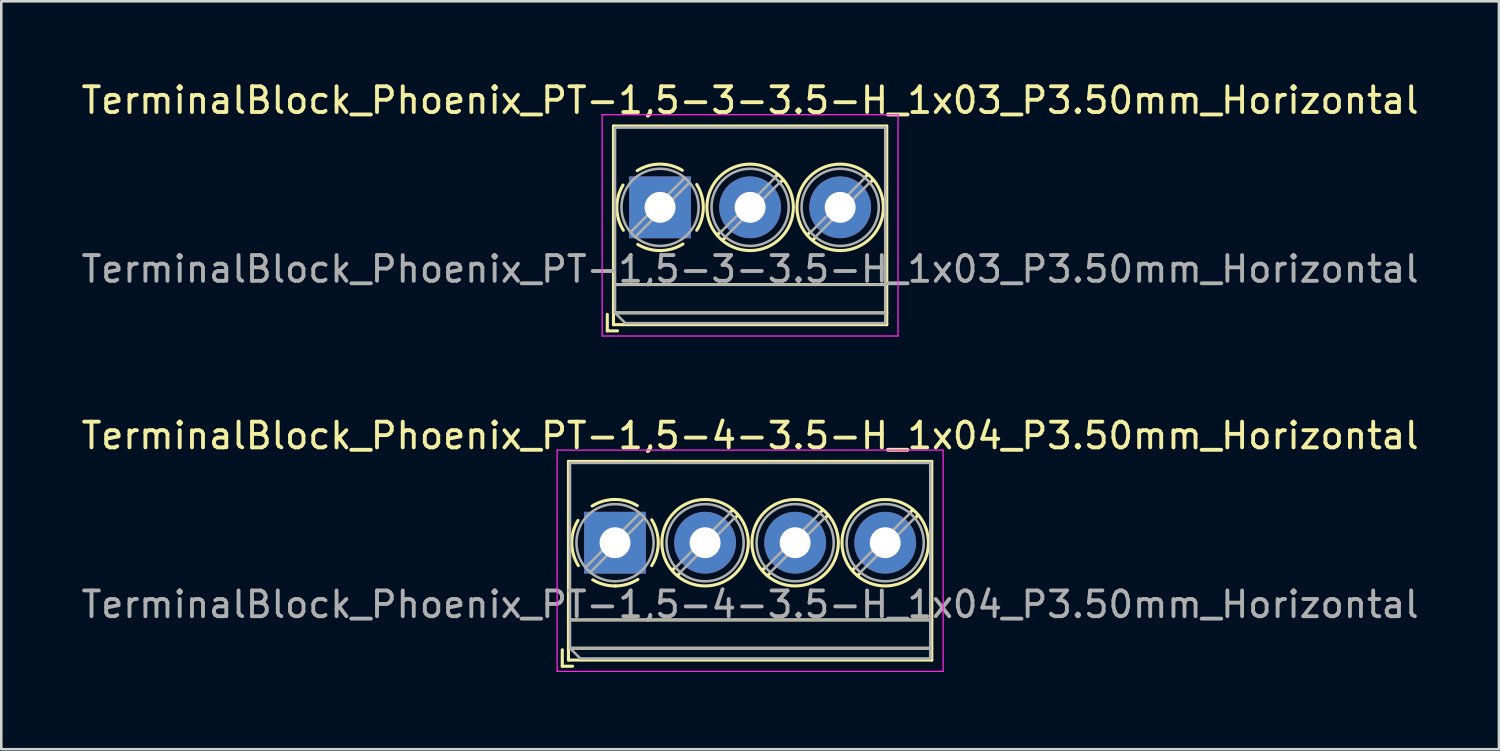
<source format=kicad_pcb>
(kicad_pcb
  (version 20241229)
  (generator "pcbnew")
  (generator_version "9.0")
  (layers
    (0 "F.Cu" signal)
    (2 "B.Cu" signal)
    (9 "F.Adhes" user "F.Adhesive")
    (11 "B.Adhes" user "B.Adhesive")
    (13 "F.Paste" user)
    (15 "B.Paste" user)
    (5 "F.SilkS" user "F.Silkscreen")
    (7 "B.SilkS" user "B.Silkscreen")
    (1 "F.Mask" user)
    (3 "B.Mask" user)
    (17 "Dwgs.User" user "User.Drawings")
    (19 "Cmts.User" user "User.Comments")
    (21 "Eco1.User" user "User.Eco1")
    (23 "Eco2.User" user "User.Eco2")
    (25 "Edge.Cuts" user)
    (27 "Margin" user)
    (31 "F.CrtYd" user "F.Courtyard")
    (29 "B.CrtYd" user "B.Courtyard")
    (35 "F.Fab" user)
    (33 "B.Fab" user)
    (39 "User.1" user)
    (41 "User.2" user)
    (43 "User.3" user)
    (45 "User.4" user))
  (footprint "TerminalBlock_Phoenix_PT-1,5-3-3.5-H_1x03_P3.50mm_Horizontal"
    (layer "F.Cu")
    (at 22.601 5.008)
    (property "Reference" "TerminalBlock_Phoenix_PT-1,5-3-3.5-H_1x03_P3.50mm_Horizontal" (at 3.5 -4.16 0) (layer "F.SilkS") (effects (font (size 1 1) (thickness 0.15))))
    (attr through_hole)
    (fp_line (start -2.05 4.16) (end -2.05 4.8) (stroke (width 0.12) (type solid)) (layer "F.SilkS"))
    (fp_line (start -2.05 4.8) (end -1.65 4.8) (stroke (width 0.12) (type solid)) (layer "F.SilkS"))
    (fp_line (start -1.81 -3.16) (end -1.81 4.56) (stroke (width 0.12) (type solid)) (layer "F.SilkS"))
    (fp_line (start -1.81 -3.16) (end 8.81 -3.16) (stroke (width 0.12) (type solid)) (layer "F.SilkS"))
    (fp_line (start -1.81 3) (end 8.81 3) (stroke (width 0.12) (type solid)) (layer "F.SilkS"))
    (fp_line (start -1.81 4.1) (end 8.81 4.1) (stroke (width 0.12) (type solid)) (layer "F.SilkS"))
    (fp_line (start -1.81 4.56) (end 8.81 4.56) (stroke (width 0.12) (type solid)) (layer "F.SilkS"))
    (fp_line (start 2.355 0.941) (end 2.226 1.069) (stroke (width 0.12) (type solid)) (layer "F.SilkS"))
    (fp_line (start 2.525 1.181) (end 2.431 1.274) (stroke (width 0.12) (type solid)) (layer "F.SilkS"))
    (fp_line (start 4.57 -1.275) (end 4.476 -1.181) (stroke (width 0.12) (type solid)) (layer "F.SilkS"))
    (fp_line (start 4.775 -1.069) (end 4.646 -0.941) (stroke (width 0.12) (type solid)) (layer "F.SilkS"))
    (fp_line (start 5.855 0.941) (end 5.726 1.069) (stroke (width 0.12) (type solid)) (layer "F.SilkS"))
    (fp_line (start 6.025 1.181) (end 5.931 1.274) (stroke (width 0.12) (type solid)) (layer "F.SilkS"))
    (fp_line (start 8.07 -1.275) (end 7.976 -1.181) (stroke (width 0.12) (type solid)) (layer "F.SilkS"))
    (fp_line (start 8.275 -1.069) (end 8.146 -0.941) (stroke (width 0.12) (type solid)) (layer "F.SilkS"))
    (fp_line (start 8.81 -3.16) (end 8.81 4.56) (stroke (width 0.12) (type solid)) (layer "F.SilkS"))
    (fp_arc (start -1.425358 0.889894) (mid -1.680286 0.014012) (end -1.44 -0.866) (stroke (width 0.12) (type solid)) (layer "F.SilkS"))
    (fp_arc (start -0.889894 -1.425358) (mid -0.014012 -1.680286) (end 0.866 -1.44) (stroke (width 0.12) (type solid)) (layer "F.SilkS"))
    (fp_arc (start 0.028674 1.680099) (mid -0.435535 1.622918) (end -0.866 1.44) (stroke (width 0.12) (type solid)) (layer "F.SilkS"))
    (fp_arc (start 0.890264 1.424721) (mid 0.463071 1.61492) (end 0 1.68) (stroke (width 0.12) (type solid)) (layer "F.SilkS"))
    (fp_arc (start 1.425504 -0.890193) (mid 1.680626 0.000476) (end 1.425 0.891) (stroke (width 0.12) (type solid)) (layer "F.SilkS"))
    (fp_circle (center 3.5 0) (end 5.18 0) (stroke (width 0.12) (type solid)) (fill no) (layer "F.SilkS"))
    (fp_circle (center 7 0) (end 8.68 0) (stroke (width 0.12) (type solid)) (fill no) (layer "F.SilkS"))
    (fp_line (start -2.25 -3.6) (end -2.25 5) (stroke (width 0.05) (type solid)) (layer "F.CrtYd"))
    (fp_line (start -2.25 5) (end 9.25 5) (stroke (width 0.05) (type solid)) (layer "F.CrtYd"))
    (fp_line (start 9.25 -3.6) (end -2.25 -3.6) (stroke (width 0.05) (type solid)) (layer "F.CrtYd"))
    (fp_line (start 9.25 5) (end 9.25 -3.6) (stroke (width 0.05) (type solid)) (layer "F.CrtYd"))
    (fp_line (start -1.75 -3.1) (end 8.75 -3.1) (stroke (width 0.1) (type solid)) (layer "F.Fab"))
    (fp_line (start -1.75 3) (end 8.75 3) (stroke (width 0.1) (type solid)) (layer "F.Fab"))
    (fp_line (start -1.75 4.1) (end -1.75 -3.1) (stroke (width 0.1) (type solid)) (layer "F.Fab"))
    (fp_line (start -1.75 4.1) (end 8.75 4.1) (stroke (width 0.1) (type solid)) (layer "F.Fab"))
    (fp_line (start -1.35 4.5) (end -1.75 4.1) (stroke (width 0.1) (type solid)) (layer "F.Fab"))
    (fp_line (start 0.955 -1.138) (end -1.138 0.955) (stroke (width 0.1) (type solid)) (layer "F.Fab"))
    (fp_line (start 1.138 -0.955) (end -0.955 1.138) (stroke (width 0.1) (type solid)) (layer "F.Fab"))
    (fp_line (start 4.455 -1.138) (end 2.363 0.955) (stroke (width 0.1) (type solid)) (layer "F.Fab"))
    (fp_line (start 4.638 -0.955) (end 2.546 1.138) (stroke (width 0.1) (type solid)) (layer "F.Fab"))
    (fp_line (start 7.955 -1.138) (end 5.863 0.955) (stroke (width 0.1) (type solid)) (layer "F.Fab"))
    (fp_line (start 8.138 -0.955) (end 6.046 1.138) (stroke (width 0.1) (type solid)) (layer "F.Fab"))
    (fp_line (start 8.75 -3.1) (end 8.75 4.5) (stroke (width 0.1) (type solid)) (layer "F.Fab"))
    (fp_line (start 8.75 4.5) (end -1.35 4.5) (stroke (width 0.1) (type solid)) (layer "F.Fab"))
    (fp_circle (center 0 0) (end 1.5 0) (stroke (width 0.1) (type solid)) (fill no) (layer "F.Fab"))
    (fp_circle (center 3.5 0) (end 5 0) (stroke (width 0.1) (type solid)) (fill no) (layer "F.Fab"))
    (fp_circle (center 7 0) (end 8.5 0) (stroke (width 0.1) (type solid)) (fill no) (layer "F.Fab"))
    (fp_text user "${REFERENCE}" (at 3.5 2.4 0) (layer "F.Fab") (effects (font (size 1 1) (thickness 0.15))))
    (pad "1" thru_hole rect (at 0 0) (size 2.4 2.4) (drill 1.2) (layers "*.Cu" "*.Mask"))
    (pad "2" thru_hole circle (at 3.5 0) (size 2.4 2.4) (drill 1.2) (layers "*.Cu" "*.Mask"))
    (pad "3" thru_hole circle (at 7 0) (size 2.4 2.4) (drill 1.2) (layers "*.Cu" "*.Mask")))
  (footprint "TerminalBlock_Phoenix_PT-1,5-4-3.5-H_1x04_P3.50mm_Horizontal"
    (layer "F.Cu")
    (at 20.851 18.041)
    (property "Reference" "TerminalBlock_Phoenix_PT-1,5-4-3.5-H_1x04_P3.50mm_Horizontal" (at 5.25 -4.16 0) (layer "F.SilkS") (effects (font (size 1 1) (thickness 0.15))))
    (attr through_hole)
    (fp_line (start -2.05 4.16) (end -2.05 4.8) (stroke (width 0.12) (type solid)) (layer "F.SilkS"))
    (fp_line (start -2.05 4.8) (end -1.65 4.8) (stroke (width 0.12) (type solid)) (layer "F.SilkS"))
    (fp_line (start -1.81 -3.16) (end -1.81 4.56) (stroke (width 0.12) (type solid)) (layer "F.SilkS"))
    (fp_line (start -1.81 -3.16) (end 12.31 -3.16) (stroke (width 0.12) (type solid)) (layer "F.SilkS"))
    (fp_line (start -1.81 3) (end 12.31 3) (stroke (width 0.12) (type solid)) (layer "F.SilkS"))
    (fp_line (start -1.81 4.1) (end 12.31 4.1) (stroke (width 0.12) (type solid)) (layer "F.SilkS"))
    (fp_line (start -1.81 4.56) (end 12.31 4.56) (stroke (width 0.12) (type solid)) (layer "F.SilkS"))
    (fp_line (start 2.355 0.941) (end 2.226 1.069) (stroke (width 0.12) (type solid)) (layer "F.SilkS"))
    (fp_line (start 2.525 1.181) (end 2.431 1.274) (stroke (width 0.12) (type solid)) (layer "F.SilkS"))
    (fp_line (start 4.57 -1.275) (end 4.476 -1.181) (stroke (width 0.12) (type solid)) (layer "F.SilkS"))
    (fp_line (start 4.775 -1.069) (end 4.646 -0.941) (stroke (width 0.12) (type solid)) (layer "F.SilkS"))
    (fp_line (start 5.855 0.941) (end 5.726 1.069) (stroke (width 0.12) (type solid)) (layer "F.SilkS"))
    (fp_line (start 6.025 1.181) (end 5.931 1.274) (stroke (width 0.12) (type solid)) (layer "F.SilkS"))
    (fp_line (start 8.07 -1.275) (end 7.976 -1.181) (stroke (width 0.12) (type solid)) (layer "F.SilkS"))
    (fp_line (start 8.275 -1.069) (end 8.146 -0.941) (stroke (width 0.12) (type solid)) (layer "F.SilkS"))
    (fp_line (start 9.355 0.941) (end 9.226 1.069) (stroke (width 0.12) (type solid)) (layer "F.SilkS"))
    (fp_line (start 9.525 1.181) (end 9.431 1.274) (stroke (width 0.12) (type solid)) (layer "F.SilkS"))
    (fp_line (start 11.57 -1.275) (end 11.476 -1.181) (stroke (width 0.12) (type solid)) (layer "F.SilkS"))
    (fp_line (start 11.775 -1.069) (end 11.646 -0.941) (stroke (width 0.12) (type solid)) (layer "F.SilkS"))
    (fp_line (start 12.31 -3.16) (end 12.31 4.56) (stroke (width 0.12) (type solid)) (layer "F.SilkS"))
    (fp_arc (start -1.425358 0.889894) (mid -1.680286 0.014012) (end -1.44 -0.866) (stroke (width 0.12) (type solid)) (layer "F.SilkS"))
    (fp_arc (start -0.889894 -1.425358) (mid -0.014012 -1.680286) (end 0.866 -1.44) (stroke (width 0.12) (type solid)) (layer "F.SilkS"))
    (fp_arc (start 0.028674 1.680099) (mid -0.435535 1.622918) (end -0.866 1.44) (stroke (width 0.12) (type solid)) (layer "F.SilkS"))
    (fp_arc (start 0.890264 1.424721) (mid 0.463071 1.61492) (end 0 1.68) (stroke (width 0.12) (type solid)) (layer "F.SilkS"))
    (fp_arc (start 1.425504 -0.890193) (mid 1.680626 0.000476) (end 1.425 0.891) (stroke (width 0.12) (type solid)) (layer "F.SilkS"))
    (fp_circle (center 3.5 0) (end 5.18 0) (stroke (width 0.12) (type solid)) (fill no) (layer "F.SilkS"))
    (fp_circle (center 7 0) (end 8.68 0) (stroke (width 0.12) (type solid)) (fill no) (layer "F.SilkS"))
    (fp_circle (center 10.5 0) (end 12.18 0) (stroke (width 0.12) (type solid)) (fill no) (layer "F.SilkS"))
    (fp_line (start -2.25 -3.6) (end -2.25 5) (stroke (width 0.05) (type solid)) (layer "F.CrtYd"))
    (fp_line (start -2.25 5) (end 12.75 5) (stroke (width 0.05) (type solid)) (layer "F.CrtYd"))
    (fp_line (start 12.75 -3.6) (end -2.25 -3.6) (stroke (width 0.05) (type solid)) (layer "F.CrtYd"))
    (fp_line (start 12.75 5) (end 12.75 -3.6) (stroke (width 0.05) (type solid)) (layer "F.CrtYd"))
    (fp_line (start -1.75 -3.1) (end 12.25 -3.1) (stroke (width 0.1) (type solid)) (layer "F.Fab"))
    (fp_line (start -1.75 3) (end 12.25 3) (stroke (width 0.1) (type solid)) (layer "F.Fab"))
    (fp_line (start -1.75 4.1) (end -1.75 -3.1) (stroke (width 0.1) (type solid)) (layer "F.Fab"))
    (fp_line (start -1.75 4.1) (end 12.25 4.1) (stroke (width 0.1) (type solid)) (layer "F.Fab"))
    (fp_line (start -1.35 4.5) (end -1.75 4.1) (stroke (width 0.1) (type solid)) (layer "F.Fab"))
    (fp_line (start 0.955 -1.138) (end -1.138 0.955) (stroke (width 0.1) (type solid)) (layer "F.Fab"))
    (fp_line (start 1.138 -0.955) (end -0.955 1.138) (stroke (width 0.1) (type solid)) (layer "F.Fab"))
    (fp_line (start 4.455 -1.138) (end 2.363 0.955) (stroke (width 0.1) (type solid)) (layer "F.Fab"))
    (fp_line (start 4.638 -0.955) (end 2.546 1.138) (stroke (width 0.1) (type solid)) (layer "F.Fab"))
    (fp_line (start 7.955 -1.138) (end 5.863 0.955) (stroke (width 0.1) (type solid)) (layer "F.Fab"))
    (fp_line (start 8.138 -0.955) (end 6.046 1.138) (stroke (width 0.1) (type solid)) (layer "F.Fab"))
    (fp_line (start 11.455 -1.138) (end 9.363 0.955) (stroke (width 0.1) (type solid)) (layer "F.Fab"))
    (fp_line (start 11.638 -0.955) (end 9.546 1.138) (stroke (width 0.1) (type solid)) (layer "F.Fab"))
    (fp_line (start 12.25 -3.1) (end 12.25 4.5) (stroke (width 0.1) (type solid)) (layer "F.Fab"))
    (fp_line (start 12.25 4.5) (end -1.35 4.5) (stroke (width 0.1) (type solid)) (layer "F.Fab"))
    (fp_circle (center 0 0) (end 1.5 0) (stroke (width 0.1) (type solid)) (fill no) (layer "F.Fab"))
    (fp_circle (center 3.5 0) (end 5 0) (stroke (width 0.1) (type solid)) (fill no) (layer "F.Fab"))
    (fp_circle (center 7 0) (end 8.5 0) (stroke (width 0.1) (type solid)) (fill no) (layer "F.Fab"))
    (fp_circle (center 10.5 0) (end 12 0) (stroke (width 0.1) (type solid)) (fill no) (layer "F.Fab"))
    (fp_text user "${REFERENCE}" (at 5.25 2.4 0) (layer "F.Fab") (effects (font (size 1 1) (thickness 0.15))))
    (pad "1" thru_hole rect (at 0 0) (size 2.4 2.4) (drill 1.2) (layers "*.Cu" "*.Mask"))
    (pad "2" thru_hole circle (at 3.5 0) (size 2.4 2.4) (drill 1.2) (layers "*.Cu" "*.Mask"))
    (pad "3" thru_hole circle (at 7 0) (size 2.4 2.4) (drill 1.2) (layers "*.Cu" "*.Mask"))
    (pad "4" thru_hole circle (at 10.5 0) (size 2.4 2.4) (drill 1.2) (layers "*.Cu" "*.Mask")))
  (gr_rect
    (start -3 -3)
    (end 55.202 26.067)
    (stroke (width 0.1) (type default))
    (fill no)
    (layer "Edge.Cuts")))
</source>
